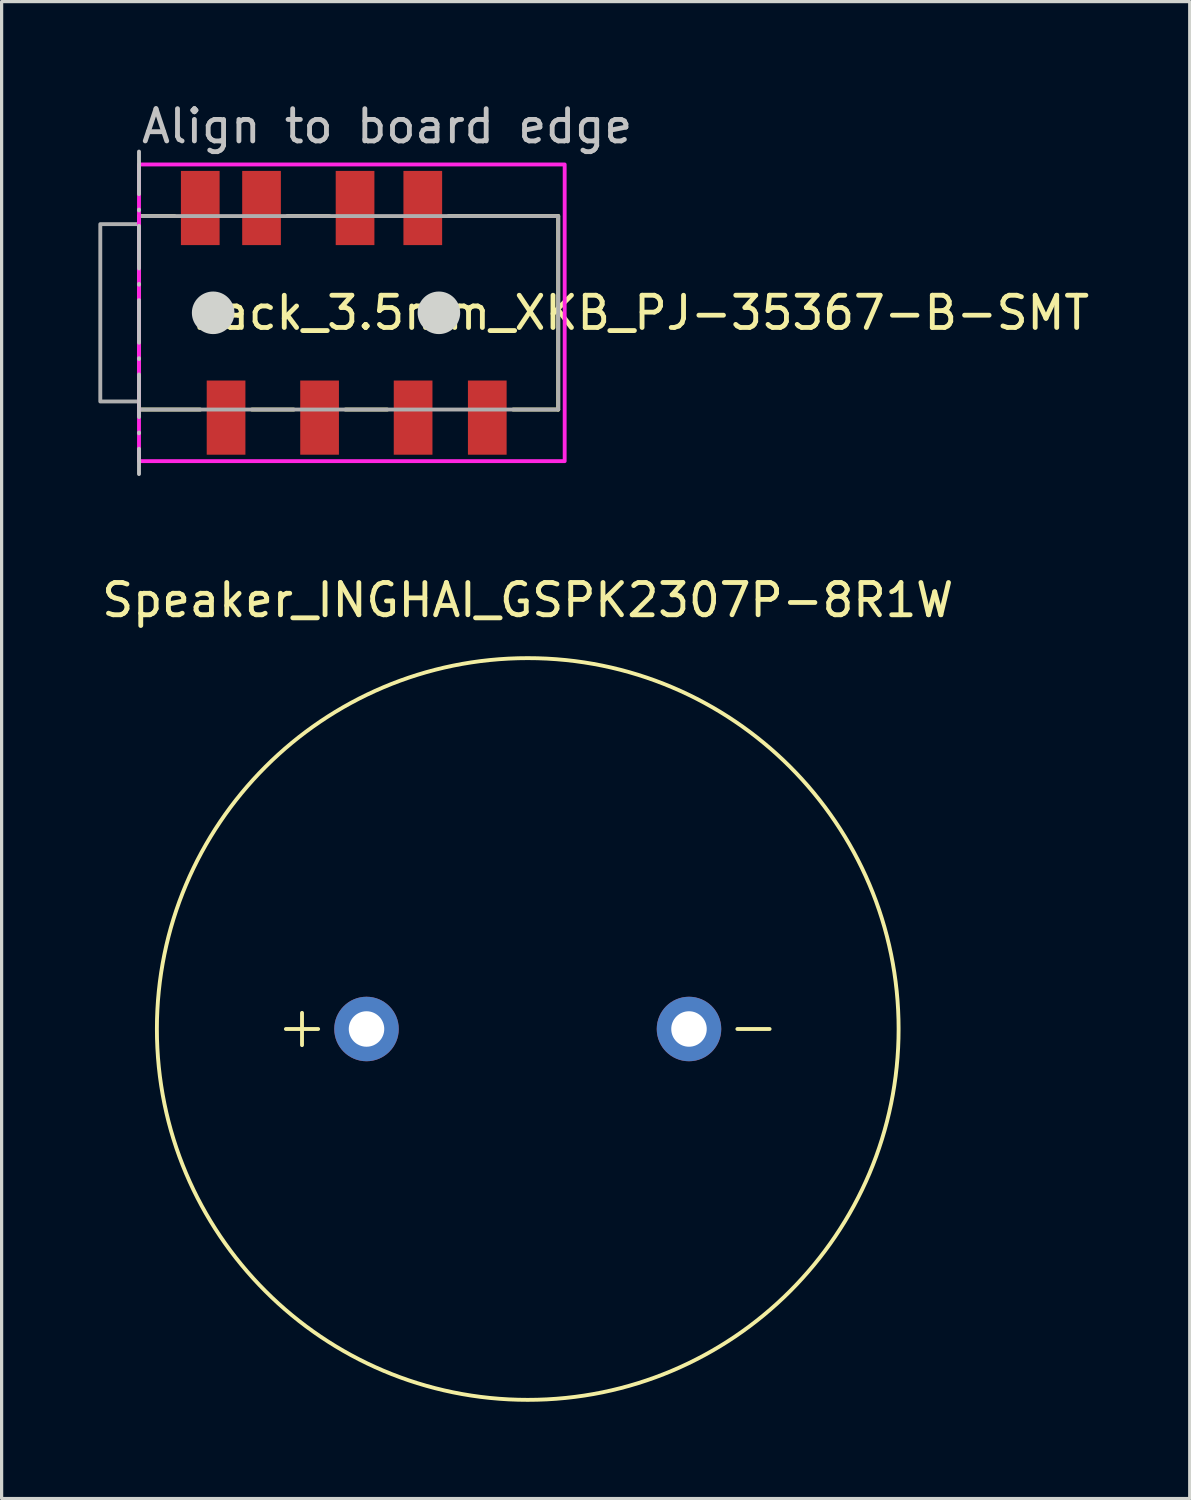
<source format=kicad_pcb>
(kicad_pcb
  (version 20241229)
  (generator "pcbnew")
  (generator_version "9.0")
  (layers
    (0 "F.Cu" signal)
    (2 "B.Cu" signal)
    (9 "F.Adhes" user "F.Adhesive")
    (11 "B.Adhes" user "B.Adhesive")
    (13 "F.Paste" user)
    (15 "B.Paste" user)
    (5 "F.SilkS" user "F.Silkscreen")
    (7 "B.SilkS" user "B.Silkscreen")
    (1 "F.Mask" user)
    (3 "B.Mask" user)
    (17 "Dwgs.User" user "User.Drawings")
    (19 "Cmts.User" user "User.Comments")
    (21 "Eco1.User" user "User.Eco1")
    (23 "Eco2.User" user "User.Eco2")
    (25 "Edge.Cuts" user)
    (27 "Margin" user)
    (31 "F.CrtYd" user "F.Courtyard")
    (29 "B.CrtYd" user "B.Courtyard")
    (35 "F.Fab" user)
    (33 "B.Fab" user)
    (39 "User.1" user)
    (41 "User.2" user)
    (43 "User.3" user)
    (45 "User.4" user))
  (footprint "Jack_3.5mm_XKB_PJ-35367-B-SMT"
    (layer "F.Cu")
    (at 1.26 6.65)
    (property "Reference" "Jack_3.5mm_XKB_PJ-35367-B-SMT" (at 15.6 0 0) (unlocked yes) (layer "F.SilkS") (effects (font (size 1 1) (thickness 0.15))))
    (attr smd)
    (fp_line (start 0 -3) (end 1.1 -3) (stroke (width 0.12) (type default)) (layer "F.SilkS"))
    (fp_line (start 1.9 3) (end 0 3) (stroke (width 0.12) (type default)) (layer "F.SilkS"))
    (fp_line (start 4.6 -3) (end 5.9 -3) (stroke (width 0.12) (type default)) (layer "F.SilkS"))
    (fp_line (start 4.8 3) (end 3.5 3) (stroke (width 0.12) (type default)) (layer "F.SilkS"))
    (fp_line (start 7.7 3) (end 6.4 3) (stroke (width 0.12) (type default)) (layer "F.SilkS"))
    (fp_line (start 9.6 -3) (end 13 -3) (stroke (width 0.12) (type default)) (layer "F.SilkS"))
    (fp_line (start 13 -3) (end 13 3) (stroke (width 0.12) (type default)) (layer "F.SilkS"))
    (fp_line (start 13 3) (end 11.6 3) (stroke (width 0.12) (type default)) (layer "F.SilkS"))
    (fp_line (start 0 -5) (end 0 5) (stroke (width 0.12) (type dash_dot)) (layer "Dwgs.User"))
    (fp_circle (center 2.3 0) (end 2.9 0) (stroke (width 0.12) (type solid)) (fill yes) (layer "Edge.Cuts"))
    (fp_circle (center 9.3 0) (end 9.9 0) (stroke (width 0.12) (type solid)) (fill yes) (layer "Edge.Cuts"))
    (fp_rect (start 0 -4.6) (end 13.2 4.6) (stroke (width 0.12) (type default)) (fill no) (layer "F.CrtYd"))
    (fp_rect (start -1.2 -2.75) (end 0 2.75) (stroke (width 0.12) (type default)) (fill no) (layer "F.Fab"))
    (fp_rect (start 0 -3) (end 13 3) (stroke (width 0.12) (type default)) (fill no) (layer "F.Fab"))
    (fp_text user "Align to board edge" (at 0 -5.2 0) (unlocked yes) (layer "Dwgs.User") (effects (font (size 1 1) (thickness 0.15)) (justify left bottom)))
    (pad "R1" smd rect (at 8.5 3.25) (size 1.2 2.3) (layers "F.Cu" "F.Mask" "F.Paste"))
    (pad "R1N" smd rect (at 6.7 -3.25) (size 1.2 2.3) (layers "F.Cu" "F.Mask" "F.Paste"))
    (pad "R2" smd rect (at 5.6 3.25) (size 1.2 2.3) (layers "F.Cu" "F.Mask" "F.Paste"))
    (pad "R2N" smd rect (at 3.8 -3.25) (size 1.2 2.3) (layers "F.Cu" "F.Mask" "F.Paste"))
    (pad "S" smd rect (at 2.7 3.25) (size 1.2 2.3) (layers "F.Cu" "F.Mask" "F.Paste"))
    (pad "SN" smd rect (at 1.9 -3.25) (size 1.2 2.3) (layers "F.Cu" "F.Mask" "F.Paste"))
    (pad "T" smd rect (at 10.8 3.25) (size 1.2 2.3) (layers "F.Cu" "F.Mask" "F.Paste"))
    (pad "TN" smd rect (at 8.8 -3.25) (size 1.2 2.3) (layers "F.Cu" "F.Mask" "F.Paste")))
  (footprint "Speaker_INGHAI_GSPK2307P-8R1W"
    (layer "F.Cu")
    (at 13.315 28.858)
    (property "Reference" "Speaker_INGHAI_GSPK2307P-8R1W" (at 0 -13.3 0) (unlocked yes) (layer "F.SilkS") (effects (font (size 1 1) (thickness 0.15))))
    (attr through_hole)
    (fp_line (start -7.5 0) (end -6.5 0) (stroke (width 0.12) (type default)) (layer "F.SilkS"))
    (fp_line (start -7 -0.5) (end -7 0.5) (stroke (width 0.12) (type default)) (layer "F.SilkS"))
    (fp_line (start 6.5 0) (end 7.5 0) (stroke (width 0.12) (type default)) (layer "F.SilkS"))
    (fp_circle (center 0 0) (end 11.5 0) (stroke (width 0.12) (type default)) (fill no) (layer "F.SilkS"))
    (pad "1" thru_hole circle (at -5 0) (size 2 2) (drill 1.1) (layers "*.Cu" "*.Mask"))
    (pad "2" thru_hole circle (at 5 0) (size 2 2) (drill 1.1) (layers "*.Cu" "*.Mask")))
  (gr_rect
    (start -3 -3)
    (end 33.842 43.418)
    (stroke (width 0.1) (type default))
    (fill no)
    (layer "Edge.Cuts")))
</source>
